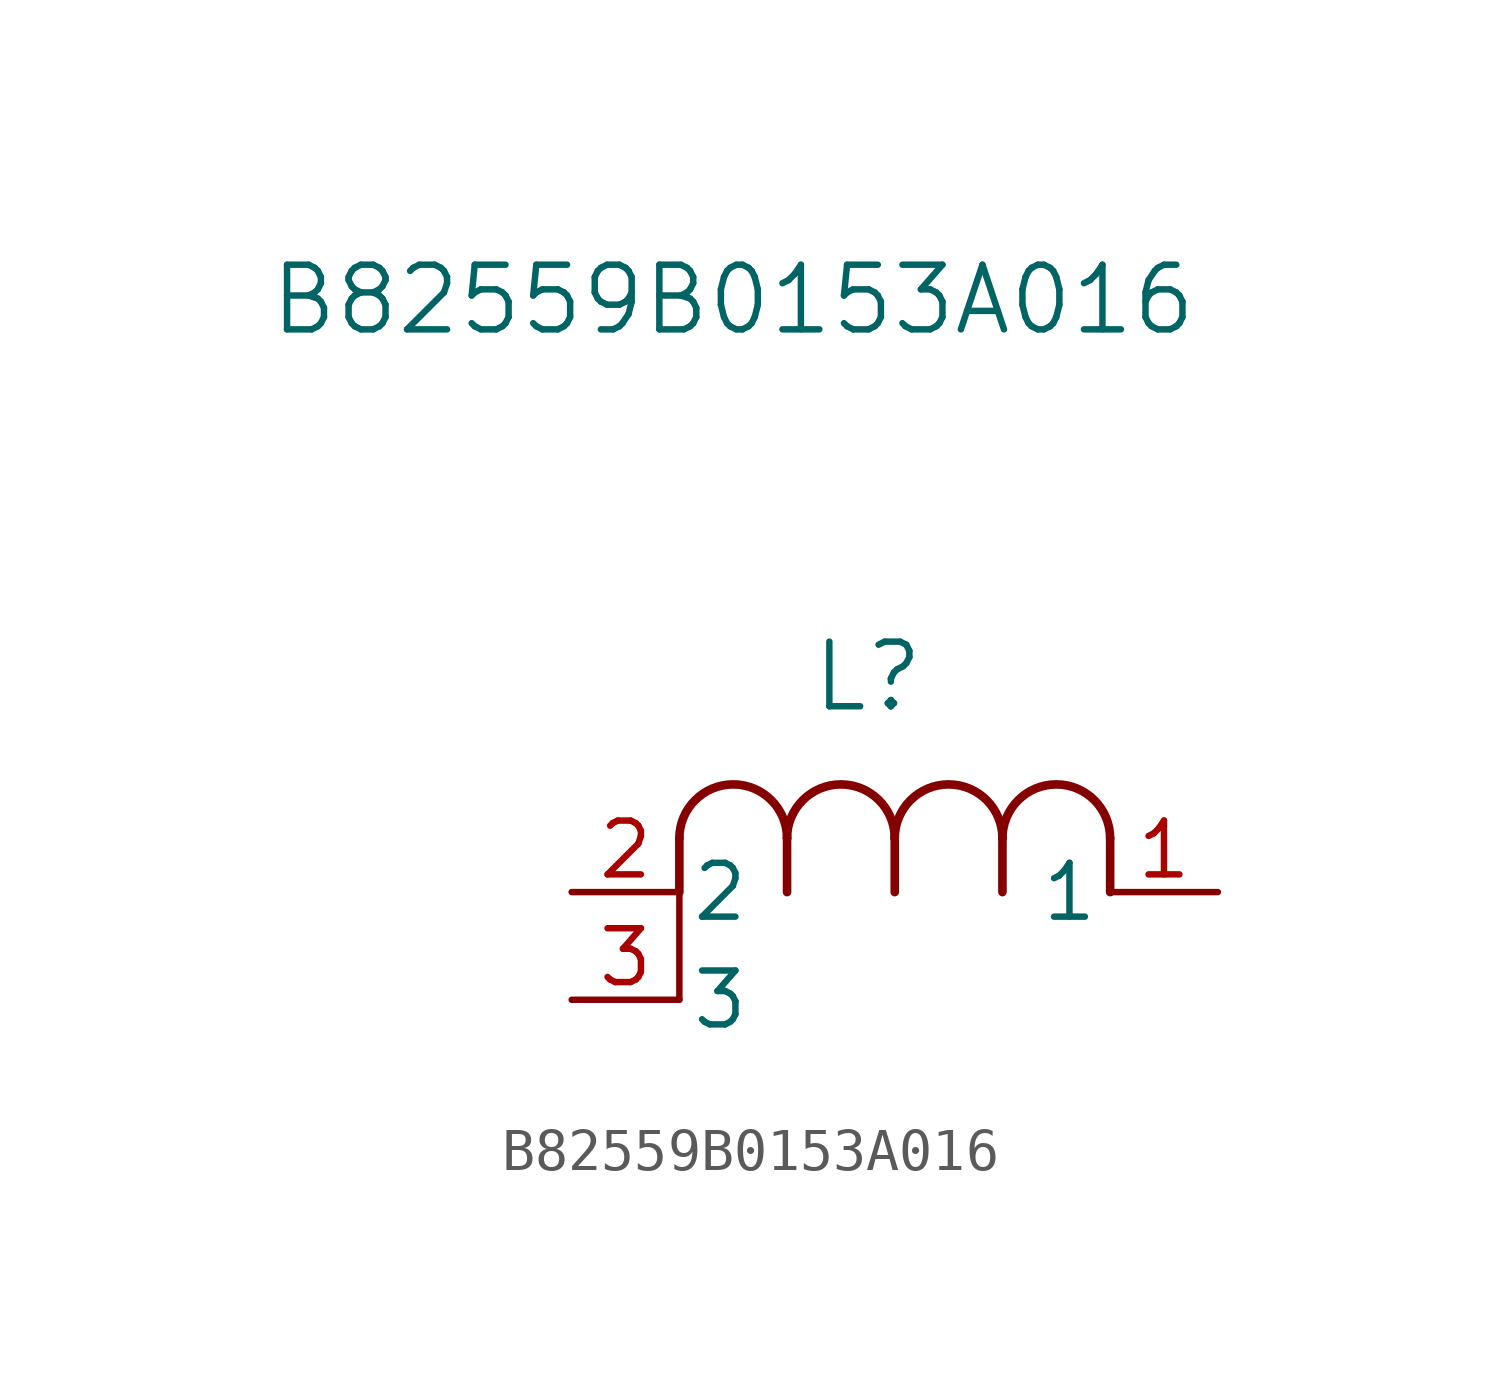
<source format=kicad_sym>
(kicad_symbol_lib
  (version 20231120)
  (generator "kicad_symbol_editor")
  (generator_version "8.0")
  (symbol "B82559B0153A016"
    (pin_names
      (offset 0.254))
    (property "Reference" "L"
      (at 6.985 5.08 0)
      (effects (font (size 1.524 1.524))))
    (property "Value" "B82559B0153A016"
      (at 3.81 13.97 0)
      (effects (font (size 1.524 1.524))))
    (property "ki_locked" ""
      (at 0 0 0)
      (effects (font (size 1.27 1.27))))
    (symbol "B82559B0153A016_0_1"
      (polyline (pts (xy 2.54 0) (xy 2.54 1.27)) (stroke (width 0.203) (type default)) (fill (type none)))
      (polyline (pts (xy 5.08 0) (xy 5.08 1.27)) (stroke (width 0.203) (type default)) (fill (type none)))
      (polyline (pts (xy 7.62 0) (xy 7.62 1.27)) (stroke (width 0.203) (type default)) (fill (type none)))
      (polyline (pts (xy 10.16 0) (xy 10.16 1.27)) (stroke (width 0.203) (type default)) (fill (type none)))
      (polyline (pts (xy 12.7 0) (xy 12.7 1.27)) (stroke (width 0.203) (type default)) (fill (type none)))
      (arc (start 5.08 1.27) (mid 3.81 2.5344) (end 2.54 1.27) (stroke (width 0.2032) (type default)) (fill (type none)))
      (arc (start 7.62 1.27) (mid 6.35 2.5344) (end 5.08 1.27) (stroke (width 0.2032) (type default)) (fill (type none)))
      (arc (start 10.16 1.27) (mid 8.89 2.5344) (end 7.62 1.27) (stroke (width 0.2032) (type default)) (fill (type none)))
      (arc (start 12.7 1.27) (mid 11.43 2.5344) (end 10.16 1.27) (stroke (width 0.2032) (type default)) (fill (type none)))
      (pin unspecified line (at 15.24 0 180) (length 2.54) (name "1" (effects (font (size 1.27 1.27)))) (number "1" (effects (font (size 1.27 1.27)))))
      (pin unspecified line (at 0 0 0) (length 2.54) (name "2" (effects (font (size 1.27 1.27)))) (number "2" (effects (font (size 1.27 1.27))))))
    (symbol "B82559B0153A016_1_1"
      (polyline (pts (xy 2.54 0) (xy 2.54 -2.54)) (stroke (width 0) (type default)) (fill (type none)))
      (pin unspecified line (at 0 -2.54 0) (length 2.54) (name "3" (effects (font (size 1.27 1.27)))) (number "3" (effects (font (size 1.27 1.27))))))))
</source>
